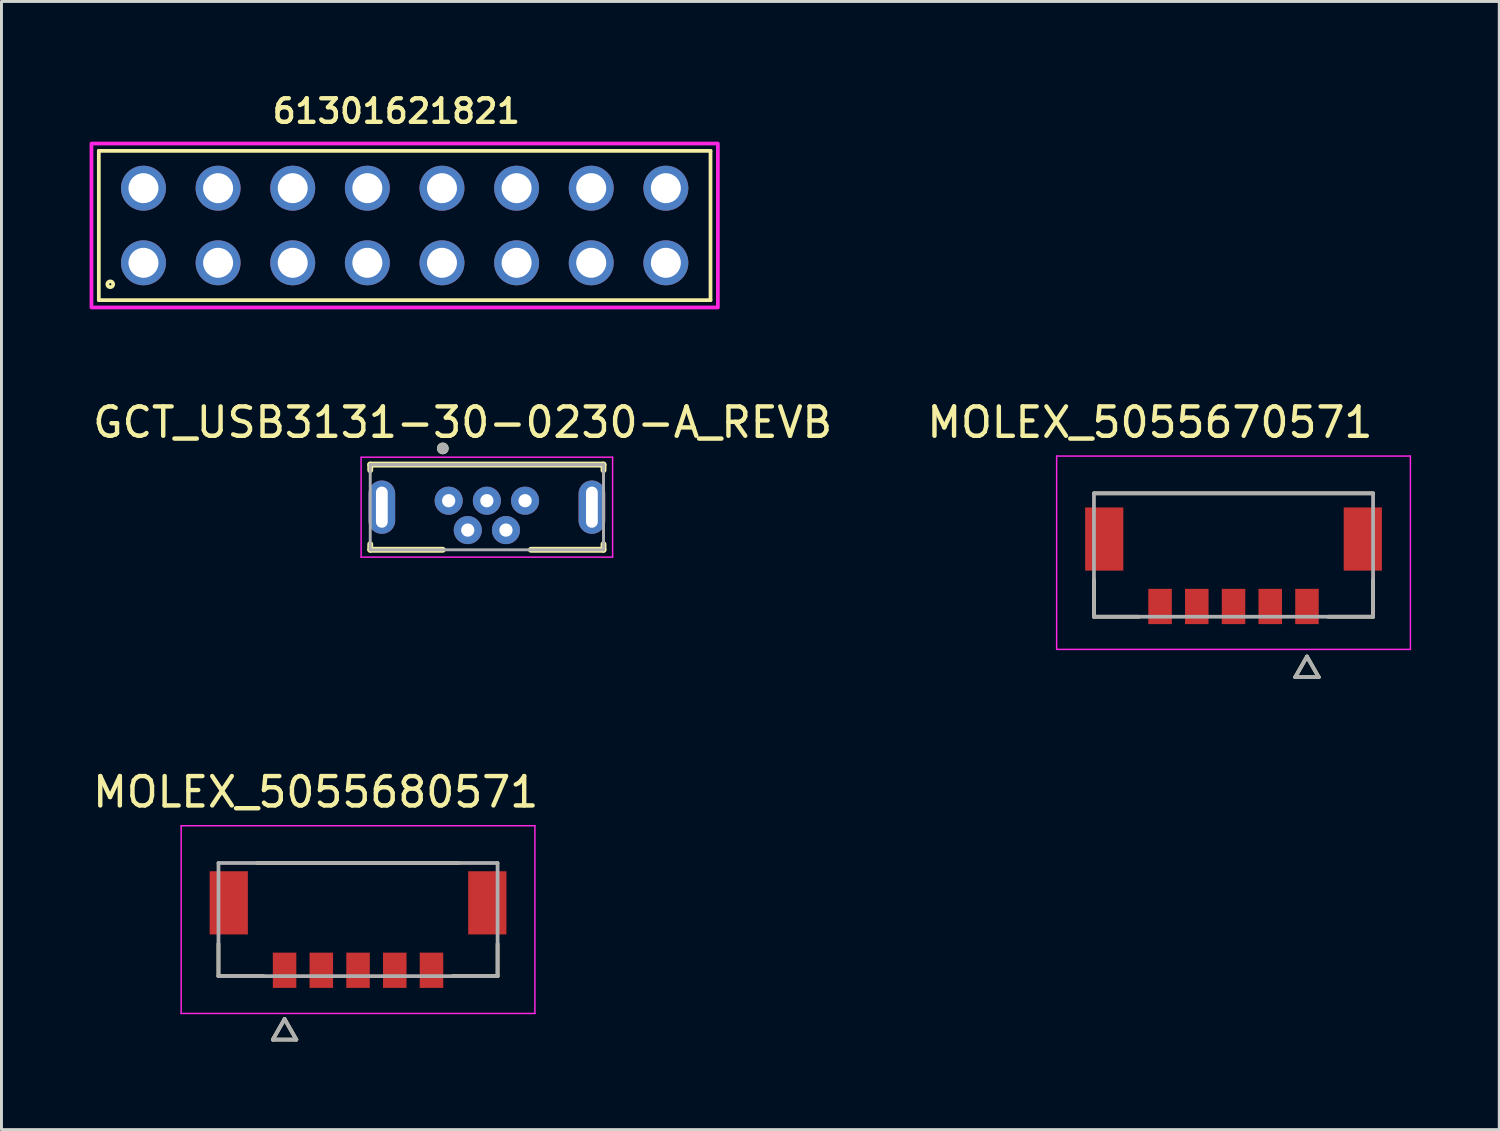
<source format=kicad_pcb>
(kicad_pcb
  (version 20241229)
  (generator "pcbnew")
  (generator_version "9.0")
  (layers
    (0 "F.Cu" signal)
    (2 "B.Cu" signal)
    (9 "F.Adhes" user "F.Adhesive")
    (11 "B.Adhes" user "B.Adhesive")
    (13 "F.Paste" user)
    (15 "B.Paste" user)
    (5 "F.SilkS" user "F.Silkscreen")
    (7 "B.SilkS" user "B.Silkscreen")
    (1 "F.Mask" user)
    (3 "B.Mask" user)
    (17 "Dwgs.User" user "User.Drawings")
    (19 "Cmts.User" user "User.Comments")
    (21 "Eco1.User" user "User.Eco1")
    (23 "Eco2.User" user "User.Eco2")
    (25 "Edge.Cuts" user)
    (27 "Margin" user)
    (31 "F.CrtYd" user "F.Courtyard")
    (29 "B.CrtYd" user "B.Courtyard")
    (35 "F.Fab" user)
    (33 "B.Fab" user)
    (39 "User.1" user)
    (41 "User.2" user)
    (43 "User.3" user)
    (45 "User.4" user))
  (footprint "MOLEX_5055680571"
    (layer "F.Cu")
    (at 9.136 28.249)
    (property "Reference" "MOLEX_5055680571" (at -1.44 -4.34 0) (layer "F.SilkS") (effects (font (size 1 1) (thickness 0.15))))
    (attr smd)
    (fp_poly (pts (xy -5.126 -1.721) (xy -3.674 -1.721) (xy -3.674 0.581) (xy -5.126 0.581)) (stroke (width 0.01) (type solid)) (fill yes) (layer "F.Mask"))
    (fp_poly (pts (xy -2.976 1.049) (xy -2.024 1.049) (xy -2.024 2.401) (xy -2.976 2.401)) (stroke (width 0.01) (type solid)) (fill yes) (layer "F.Mask"))
    (fp_poly (pts (xy -1.726 1.049) (xy -0.774 1.049) (xy -0.774 2.401) (xy -1.726 2.401)) (stroke (width 0.01) (type solid)) (fill yes) (layer "F.Mask"))
    (fp_poly (pts (xy -0.476 1.049) (xy 0.476 1.049) (xy 0.476 2.401) (xy -0.476 2.401)) (stroke (width 0.01) (type solid)) (fill yes) (layer "F.Mask"))
    (fp_poly (pts (xy 0.774 1.049) (xy 1.726 1.049) (xy 1.726 2.401) (xy 0.774 2.401)) (stroke (width 0.01) (type solid)) (fill yes) (layer "F.Mask"))
    (fp_poly (pts (xy 2.024 1.049) (xy 2.976 1.049) (xy 2.976 2.401) (xy 2.024 2.401)) (stroke (width 0.01) (type solid)) (fill yes) (layer "F.Mask"))
    (fp_poly (pts (xy 3.674 -1.721) (xy 5.126 -1.721) (xy 5.126 0.581) (xy 3.674 0.581)) (stroke (width 0.01) (type solid)) (fill yes) (layer "F.Mask"))
    (fp_line (start -4.75 1.925) (end -4.75 0.825) (stroke (width 0.127) (type solid)) (layer "F.SilkS"))
    (fp_line (start -3.22 1.925) (end -4.75 1.925) (stroke (width 0.127) (type solid)) (layer "F.SilkS"))
    (fp_line (start -2.9 4.085) (end -2.1 4.085) (stroke (width 0.127) (type solid)) (layer "F.SilkS"))
    (fp_line (start -2.5 3.385) (end -2.9 4.085) (stroke (width 0.127) (type solid)) (layer "F.SilkS"))
    (fp_line (start -2.1 4.085) (end -2.5 3.385) (stroke (width 0.127) (type solid)) (layer "F.SilkS"))
    (fp_line (start 3.43 -1.925) (end -3.43 -1.925) (stroke (width 0.127) (type solid)) (layer "F.SilkS"))
    (fp_line (start 4.75 0.825) (end 4.75 1.925) (stroke (width 0.127) (type solid)) (layer "F.SilkS"))
    (fp_line (start 4.75 1.925) (end 3.22 1.925) (stroke (width 0.127) (type solid)) (layer "F.SilkS"))
    (fp_line (start -6.02 -3.195) (end 6.02 -3.195) (stroke (width 0.05) (type solid)) (layer "F.CrtYd"))
    (fp_line (start -6.02 3.195) (end -6.02 -3.195) (stroke (width 0.05) (type solid)) (layer "F.CrtYd"))
    (fp_line (start -6.02 3.195) (end 6.02 3.195) (stroke (width 0.05) (type solid)) (layer "F.CrtYd"))
    (fp_line (start 6.02 -3.195) (end 6.02 3.195) (stroke (width 0.05) (type solid)) (layer "F.CrtYd"))
    (fp_line (start -4.75 -1.925) (end 4.75 -1.925) (stroke (width 0.127) (type solid)) (layer "F.Fab"))
    (fp_line (start -4.75 1.925) (end -4.75 -1.925) (stroke (width 0.127) (type solid)) (layer "F.Fab"))
    (fp_line (start -2.9 4.085) (end -2.1 4.085) (stroke (width 0.127) (type solid)) (layer "F.Fab"))
    (fp_line (start -2.5 3.385) (end -2.9 4.085) (stroke (width 0.127) (type solid)) (layer "F.Fab"))
    (fp_line (start -2.1 4.085) (end -2.5 3.385) (stroke (width 0.127) (type solid)) (layer "F.Fab"))
    (fp_line (start 4.75 -1.925) (end 4.75 1.925) (stroke (width 0.127) (type solid)) (layer "F.Fab"))
    (fp_line (start 4.75 1.925) (end -4.75 1.925) (stroke (width 0.127) (type solid)) (layer "F.Fab"))
    (pad "1" smd rect (at -2.5 1.725) (size 0.8 1.2) (layers "F.Cu" "F.Paste"))
    (pad "2" smd rect (at -1.25 1.725) (size 0.8 1.2) (layers "F.Cu" "F.Paste"))
    (pad "3" smd rect (at 0 1.725) (size 0.8 1.2) (layers "F.Cu" "F.Paste"))
    (pad "4" smd rect (at 1.25 1.725) (size 0.8 1.2) (layers "F.Cu" "F.Paste"))
    (pad "5" smd rect (at 2.5 1.725) (size 0.8 1.2) (layers "F.Cu" "F.Paste"))
    (pad "S1" smd rect (at -4.4 -0.57) (size 1.3 2.15) (layers "F.Cu" "F.Paste"))
    (pad "S2" smd rect (at 4.4 -0.57) (size 1.3 2.15) (layers "F.Cu" "F.Paste"))
    (zone (net_name "") (layer "F.Cu") (hatch full 0.508) (connect_pads) (min_thickness 0.01) (filled_areas_thickness no) (keepout (tracks not_allowed) (vias not_allowed) (pads not_allowed) (copperpour not_allowed) (footprints allowed)) (placement (enabled no)) (fill) (polygon (pts (xy 3.686 28.754) (xy 3.686 30.654) (xy 6.236 30.654) (xy 6.236 29.374) (xy 12.036 29.374) (xy 12.036 30.654) (xy 14.586 30.654) (xy 14.586 28.754) (xy 12.886 28.754) (xy 12.886 26.604) (xy 13.786 26.604) (xy 13.786 25.504) (xy 4.486 25.504) (xy 4.486 26.604) (xy 5.386 26.604) (xy 5.386 28.754))))
    (zone (net_name "") (layers "F.Cu" "B.Cu") (hatch full 0.508) (connect_pads) (min_thickness 0.01) (filled_areas_thickness no) (keepout (tracks allowed) (vias not_allowed) (pads allowed) (copperpour allowed) (footprints allowed)) (placement (enabled no)) (fill) (polygon (pts (xy 3.686 28.754) (xy 3.686 30.654) (xy 6.236 30.654) (xy 6.236 29.374) (xy 12.036 29.374) (xy 12.036 30.654) (xy 14.586 30.654) (xy 14.586 28.754) (xy 12.886 28.754) (xy 12.886 26.604) (xy 13.786 26.604) (xy 13.786 25.504) (xy 4.486 25.504) (xy 4.486 26.604) (xy 5.386 26.604) (xy 5.386 28.754)))))
  (footprint "GCT_USB3131-30-0230-A_REVB"
    (layer "F.Cu")
    (at 13.521 14.212)
    (property "Reference" "GCT_USB3131-30-0230-A_REVB" (at -0.825 -2.885 0) (layer "F.SilkS") (effects (font (size 1 1) (thickness 0.15))))
    (attr through_hole)
    (fp_line (start -3.97 -1.45) (end 3.97 -1.45) (stroke (width 0.2) (type solid)) (layer "F.SilkS"))
    (fp_line (start -3.97 -1.26) (end -3.97 -1.45) (stroke (width 0.2) (type solid)) (layer "F.SilkS"))
    (fp_line (start -3.97 1.45) (end -3.97 1.26) (stroke (width 0.2) (type solid)) (layer "F.SilkS"))
    (fp_line (start -3.97 1.45) (end -1.5 1.45) (stroke (width 0.2) (type solid)) (layer "F.SilkS"))
    (fp_line (start 1.5 1.45) (end 3.97 1.45) (stroke (width 0.2) (type solid)) (layer "F.SilkS"))
    (fp_line (start 3.97 -1.26) (end 3.97 -1.45) (stroke (width 0.2) (type solid)) (layer "F.SilkS"))
    (fp_line (start 3.97 1.45) (end 3.97 1.26) (stroke (width 0.2) (type solid)) (layer "F.SilkS"))
    (fp_circle (center -1.5 -2) (end -1.4 -2) (stroke (width 0.2) (type solid)) (fill no) (layer "F.SilkS"))
    (fp_line (start -4.28 -1.7) (end 4.28 -1.7) (stroke (width 0.05) (type solid)) (layer "F.CrtYd"))
    (fp_line (start -4.28 1.7) (end -4.28 -1.7) (stroke (width 0.05) (type solid)) (layer "F.CrtYd"))
    (fp_line (start -4.28 1.7) (end 4.28 1.7) (stroke (width 0.05) (type solid)) (layer "F.CrtYd"))
    (fp_line (start 4.28 1.7) (end 4.28 -1.7) (stroke (width 0.05) (type solid)) (layer "F.CrtYd"))
    (fp_line (start -3.97 -1.45) (end 3.97 -1.45) (stroke (width 0.1) (type solid)) (layer "F.Fab"))
    (fp_line (start -3.97 1.45) (end -3.97 -1.45) (stroke (width 0.1) (type solid)) (layer "F.Fab"))
    (fp_line (start -3.97 1.45) (end 3.97 1.45) (stroke (width 0.1) (type solid)) (layer "F.Fab"))
    (fp_line (start 3.97 1.45) (end 3.97 -1.45) (stroke (width 0.1) (type solid)) (layer "F.Fab"))
    (fp_circle (center -1.5 -2) (end -1.4 -2) (stroke (width 0.2) (type solid)) (fill no) (layer "F.Fab"))
    (pad "1" thru_hole circle (at -1.3 -0.22) (size 0.958 0.958) (drill 0.45) (layers "*.Cu" "*.Mask"))
    (pad "2" thru_hole circle (at -0.65 0.78) (size 0.958 0.958) (drill 0.45) (layers "*.Cu" "*.Mask"))
    (pad "3" thru_hole circle (at 0 -0.22) (size 0.958 0.958) (drill 0.45) (layers "*.Cu" "*.Mask"))
    (pad "4" thru_hole circle (at 0.65 0.78) (size 0.958 0.958) (drill 0.45) (layers "*.Cu" "*.Mask"))
    (pad "5" thru_hole circle (at 1.3 -0.22) (size 0.958 0.958) (drill 0.45) (layers "*.Cu" "*.Mask"))
    (pad "S1" thru_hole oval (at -3.575 0) (size 0.908 1.816) (drill oval 0.4 1.4) (layers "*.Cu" "*.Mask"))
    (pad "S2" thru_hole oval (at 3.575 0) (size 0.908 1.816) (drill oval 0.4 1.4) (layers "*.Cu" "*.Mask")))
  (footprint "MOLEX_5055670571"
    (layer "F.Cu")
    (at 38.934 15.842)
    (property "Reference" "MOLEX_5055670571" (at -2.845 -4.515 0) (layer "F.SilkS") (effects (font (size 1 1) (thickness 0.15))))
    (attr smd)
    (fp_poly (pts (xy -5.126 -1.696) (xy -3.674 -1.696) (xy -3.674 0.606) (xy -5.126 0.606)) (stroke (width 0.01) (type solid)) (fill yes) (layer "F.Mask"))
    (fp_poly (pts (xy -2.976 1.074) (xy -2.024 1.074) (xy -2.024 2.426) (xy -2.976 2.426)) (stroke (width 0.01) (type solid)) (fill yes) (layer "F.Mask"))
    (fp_poly (pts (xy -1.726 1.074) (xy -0.774 1.074) (xy -0.774 2.426) (xy -1.726 2.426)) (stroke (width 0.01) (type solid)) (fill yes) (layer "F.Mask"))
    (fp_poly (pts (xy -0.476 1.074) (xy 0.476 1.074) (xy 0.476 2.426) (xy -0.476 2.426)) (stroke (width 0.01) (type solid)) (fill yes) (layer "F.Mask"))
    (fp_poly (pts (xy 0.774 1.074) (xy 1.726 1.074) (xy 1.726 2.426) (xy 0.774 2.426)) (stroke (width 0.01) (type solid)) (fill yes) (layer "F.Mask"))
    (fp_poly (pts (xy 2.024 1.074) (xy 2.976 1.074) (xy 2.976 2.426) (xy 2.024 2.426)) (stroke (width 0.01) (type solid)) (fill yes) (layer "F.Mask"))
    (fp_poly (pts (xy 3.674 -1.696) (xy 5.126 -1.696) (xy 5.126 0.606) (xy 3.674 0.606)) (stroke (width 0.01) (type solid)) (fill yes) (layer "F.Mask"))
    (fp_line (start -4.75 2.1) (end -4.75 0.85) (stroke (width 0.127) (type solid)) (layer "F.SilkS"))
    (fp_line (start -3.22 2.1) (end -4.75 2.1) (stroke (width 0.127) (type solid)) (layer "F.SilkS"))
    (fp_line (start 2.1 4.155) (end 2.9 4.155) (stroke (width 0.127) (type solid)) (layer "F.SilkS"))
    (fp_line (start 2.5 3.455) (end 2.1 4.155) (stroke (width 0.127) (type solid)) (layer "F.SilkS"))
    (fp_line (start 2.9 4.155) (end 2.5 3.455) (stroke (width 0.127) (type solid)) (layer "F.SilkS"))
    (fp_line (start 4.75 -2.1) (end -4.75 -2.1) (stroke (width 0.127) (type solid)) (layer "F.SilkS"))
    (fp_line (start 4.75 0.85) (end 4.75 2.1) (stroke (width 0.127) (type solid)) (layer "F.SilkS"))
    (fp_line (start 4.75 2.1) (end 3.22 2.1) (stroke (width 0.127) (type solid)) (layer "F.SilkS"))
    (fp_line (start -6.02 -3.37) (end 6.02 -3.37) (stroke (width 0.05) (type solid)) (layer "F.CrtYd"))
    (fp_line (start -6.02 3.21) (end -6.02 -3.37) (stroke (width 0.05) (type solid)) (layer "F.CrtYd"))
    (fp_line (start -6.02 3.21) (end 6.02 3.21) (stroke (width 0.05) (type solid)) (layer "F.CrtYd"))
    (fp_line (start 6.02 -3.37) (end 6.02 3.21) (stroke (width 0.05) (type solid)) (layer "F.CrtYd"))
    (fp_line (start -4.75 -2.1) (end 4.75 -2.1) (stroke (width 0.127) (type solid)) (layer "F.Fab"))
    (fp_line (start -4.75 2.1) (end -4.75 -2.1) (stroke (width 0.127) (type solid)) (layer "F.Fab"))
    (fp_line (start 2.1 4.155) (end 2.9 4.155) (stroke (width 0.127) (type solid)) (layer "F.Fab"))
    (fp_line (start 2.5 3.455) (end 2.1 4.155) (stroke (width 0.127) (type solid)) (layer "F.Fab"))
    (fp_line (start 2.9 4.155) (end 2.5 3.455) (stroke (width 0.127) (type solid)) (layer "F.Fab"))
    (fp_line (start 4.75 -2.1) (end 4.75 2.1) (stroke (width 0.127) (type solid)) (layer "F.Fab"))
    (fp_line (start 4.75 2.1) (end -4.75 2.1) (stroke (width 0.127) (type solid)) (layer "F.Fab"))
    (pad "1" smd rect (at 2.5 1.75) (size 0.8 1.2) (layers "F.Cu" "F.Paste"))
    (pad "2" smd rect (at 1.25 1.75) (size 0.8 1.2) (layers "F.Cu" "F.Paste"))
    (pad "3" smd rect (at 0 1.75) (size 0.8 1.2) (layers "F.Cu" "F.Paste"))
    (pad "4" smd rect (at -1.25 1.75) (size 0.8 1.2) (layers "F.Cu" "F.Paste"))
    (pad "5" smd rect (at -2.5 1.75) (size 0.8 1.2) (layers "F.Cu" "F.Paste"))
    (pad "S1" smd rect (at -4.4 -0.545) (size 1.3 2.15) (layers "F.Cu" "F.Paste"))
    (pad "S2" smd rect (at 4.4 -0.545) (size 1.3 2.15) (layers "F.Cu" "F.Paste"))
    (zone (net_name "") (layer "F.Cu") (hatch full 0.508) (connect_pads) (min_thickness 0.01) (filled_areas_thickness no) (keepout (tracks not_allowed) (vias not_allowed) (pads not_allowed) (copperpour not_allowed) (footprints allowed)) (placement (enabled no)) (fill) (polygon (pts (xy 36.034 18.392) (xy 33.584 18.392) (xy 33.584 16.372) (xy 35.184 16.372) (xy 35.184 14.222) (xy 34.384 14.222) (xy 34.384 12.922) (xy 36.584 12.922) (xy 36.584 16.992) (xy 36.034 16.992))))
    (zone (net_name "") (layer "F.Cu") (hatch full 0.508) (connect_pads) (min_thickness 0.01) (filled_areas_thickness no) (keepout (tracks not_allowed) (vias not_allowed) (pads not_allowed) (copperpour not_allowed) (footprints allowed)) (placement (enabled no)) (fill) (polygon (pts (xy 41.284 12.922) (xy 41.284 16.992) (xy 41.834 16.992) (xy 41.834 18.392) (xy 44.284 18.392) (xy 44.284 16.372) (xy 42.684 16.372) (xy 42.684 14.222) (xy 43.484 14.222) (xy 43.484 12.922))))
    (zone (net_name "") (layers "F.Cu" "B.Cu") (hatch full 0.508) (connect_pads) (min_thickness 0.01) (filled_areas_thickness no) (keepout (tracks allowed) (vias not_allowed) (pads allowed) (copperpour allowed) (footprints allowed)) (placement (enabled no)) (fill) (polygon (pts (xy 36.034 18.392) (xy 33.584 18.392) (xy 33.584 16.372) (xy 35.184 16.372) (xy 35.184 14.222) (xy 34.384 14.222) (xy 34.384 12.922) (xy 36.584 12.922) (xy 36.584 16.992) (xy 36.034 16.992))))
    (zone (net_name "") (layers "F.Cu" "B.Cu") (hatch full 0.508) (connect_pads) (min_thickness 0.01) (filled_areas_thickness no) (keepout (tracks allowed) (vias not_allowed) (pads allowed) (copperpour allowed) (footprints allowed)) (placement (enabled no)) (fill) (polygon (pts (xy 41.284 12.922) (xy 41.284 16.992) (xy 41.834 16.992) (xy 41.834 18.392) (xy 44.284 18.392) (xy 44.284 16.372) (xy 42.684 16.372) (xy 42.684 14.222) (xy 43.484 14.222) (xy 43.484 12.922)))))
  (footprint "61301621821"
    (layer "F.Cu")
    (at 10.723 4.625)
    (property "Reference" "61301621821" (at -0.283 -3.893 0) (layer "F.SilkS") (effects (font (size 0.801 0.801) (thickness 0.15))))
    (attr through_hole)
    (fp_line (start -10.41 -2.54) (end -10.41 2.54) (stroke (width 0.127) (type solid)) (layer "F.SilkS"))
    (fp_line (start -10.41 2.54) (end 10.41 2.54) (stroke (width 0.127) (type solid)) (layer "F.SilkS"))
    (fp_line (start 10.41 -2.54) (end -10.41 -2.54) (stroke (width 0.127) (type solid)) (layer "F.SilkS"))
    (fp_line (start 10.41 2.54) (end 10.41 -2.54) (stroke (width 0.127) (type solid)) (layer "F.SilkS"))
    (fp_circle (center -10.02 2) (end -9.92 2) (stroke (width 0.127) (type solid)) (fill no) (layer "F.SilkS"))
    (fp_poly (pts (xy -10.66 -2.79) (xy 10.66 -2.79) (xy 10.66 2.79) (xy -10.66 2.79)) (stroke (width 0.127) (type solid)) (fill no) (layer "F.CrtYd"))
    (pad "1" thru_hole circle (at -8.89 1.27) (size 1.53 1.53) (drill 1.02) (layers "*.Cu" "*.Mask"))
    (pad "2" thru_hole circle (at -8.89 -1.27) (size 1.53 1.53) (drill 1.02) (layers "*.Cu" "*.Mask"))
    (pad "3" thru_hole circle (at -6.35 1.27) (size 1.53 1.53) (drill 1.02) (layers "*.Cu" "*.Mask"))
    (pad "4" thru_hole circle (at -6.35 -1.27) (size 1.53 1.53) (drill 1.02) (layers "*.Cu" "*.Mask"))
    (pad "5" thru_hole circle (at -3.81 1.27) (size 1.53 1.53) (drill 1.02) (layers "*.Cu" "*.Mask"))
    (pad "6" thru_hole circle (at -3.81 -1.27) (size 1.53 1.53) (drill 1.02) (layers "*.Cu" "*.Mask"))
    (pad "7" thru_hole circle (at -1.27 1.27) (size 1.53 1.53) (drill 1.02) (layers "*.Cu" "*.Mask"))
    (pad "8" thru_hole circle (at -1.27 -1.27) (size 1.53 1.53) (drill 1.02) (layers "*.Cu" "*.Mask"))
    (pad "9" thru_hole circle (at 1.27 1.27) (size 1.53 1.53) (drill 1.02) (layers "*.Cu" "*.Mask"))
    (pad "10" thru_hole circle (at 1.27 -1.27) (size 1.53 1.53) (drill 1.02) (layers "*.Cu" "*.Mask"))
    (pad "11" thru_hole circle (at 3.81 1.27) (size 1.53 1.53) (drill 1.02) (layers "*.Cu" "*.Mask"))
    (pad "12" thru_hole circle (at 3.81 -1.27) (size 1.53 1.53) (drill 1.02) (layers "*.Cu" "*.Mask"))
    (pad "13" thru_hole circle (at 6.35 1.27) (size 1.53 1.53) (drill 1.02) (layers "*.Cu" "*.Mask"))
    (pad "14" thru_hole circle (at 6.35 -1.27) (size 1.53 1.53) (drill 1.02) (layers "*.Cu" "*.Mask"))
    (pad "15" thru_hole circle (at 8.89 1.27) (size 1.53 1.53) (drill 1.02) (layers "*.Cu" "*.Mask"))
    (pad "16" thru_hole circle (at 8.89 -1.27) (size 1.53 1.53) (drill 1.02) (layers "*.Cu" "*.Mask")))
  (gr_rect
    (start -3 -3)
    (end 47.979 35.397)
    (stroke (width 0.1) (type default))
    (fill no)
    (layer "Edge.Cuts")))
</source>
